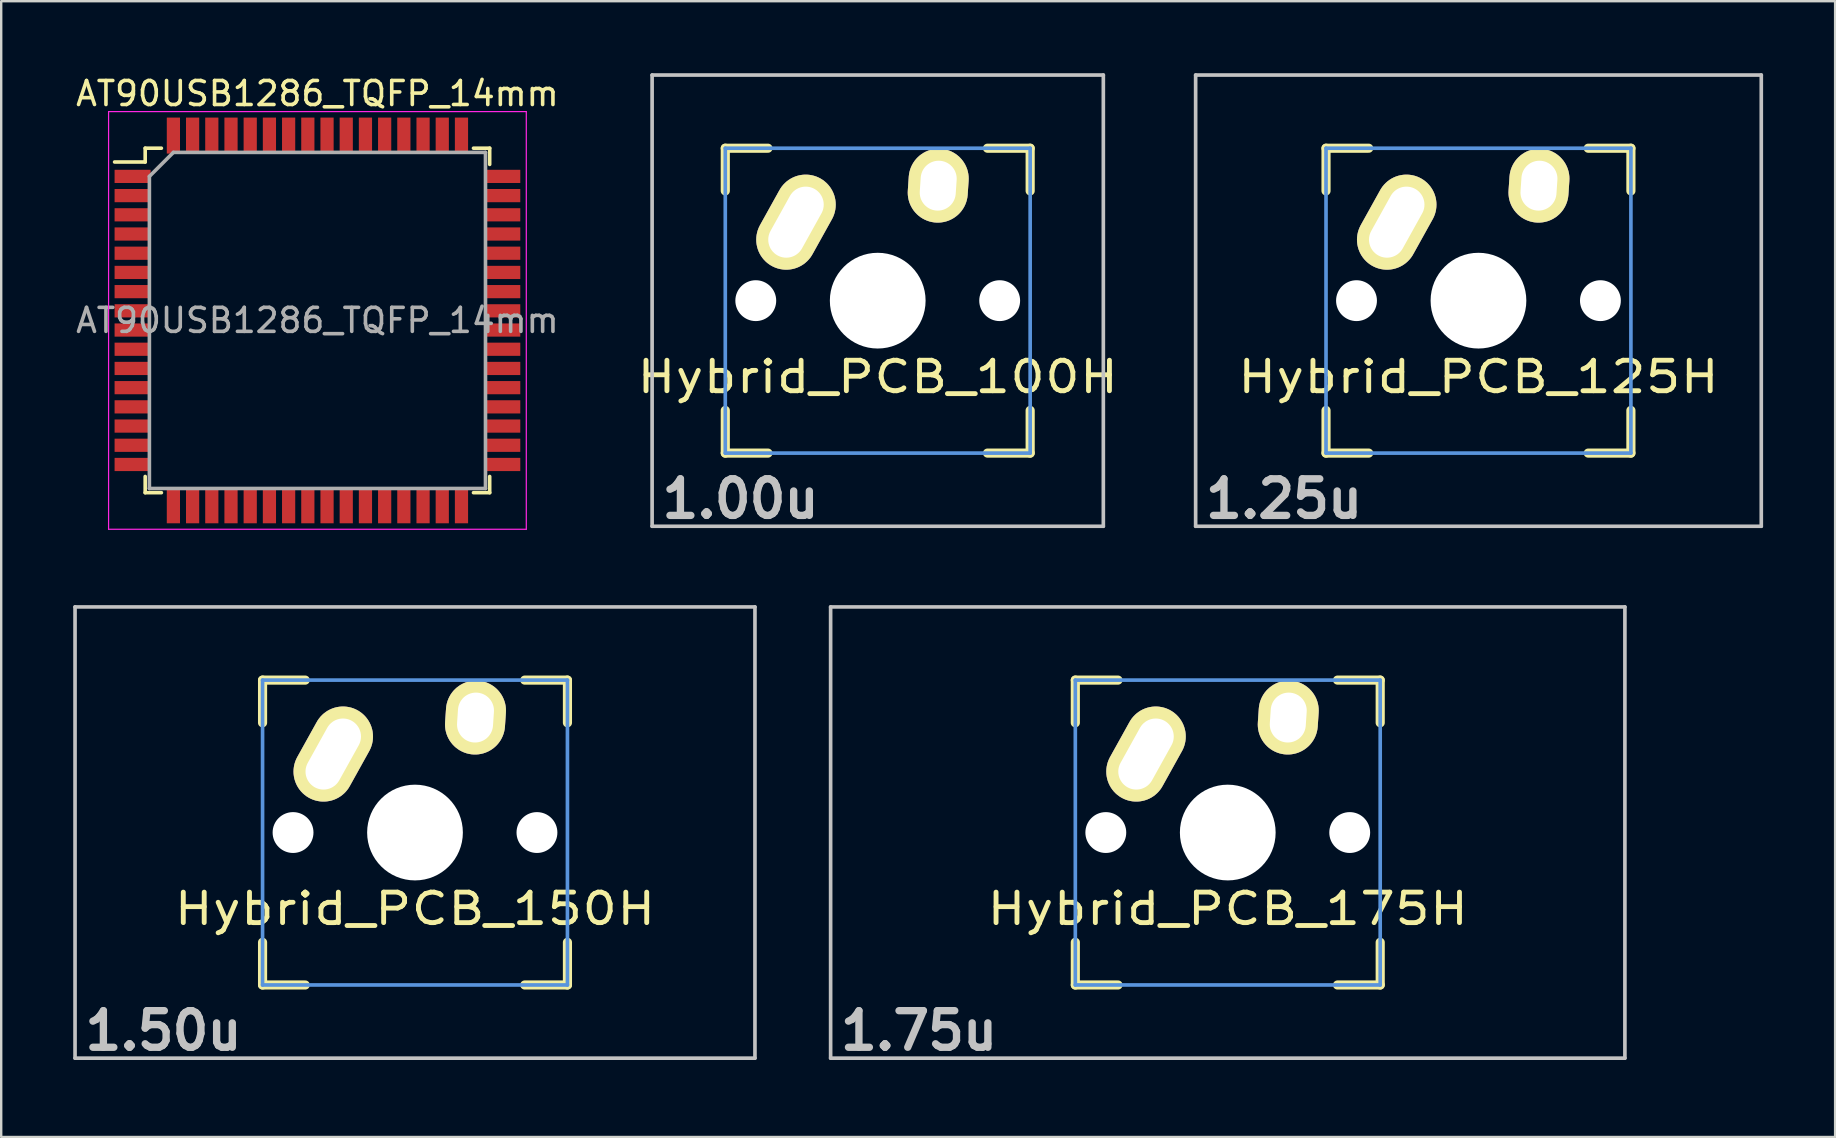
<source format=kicad_pcb>
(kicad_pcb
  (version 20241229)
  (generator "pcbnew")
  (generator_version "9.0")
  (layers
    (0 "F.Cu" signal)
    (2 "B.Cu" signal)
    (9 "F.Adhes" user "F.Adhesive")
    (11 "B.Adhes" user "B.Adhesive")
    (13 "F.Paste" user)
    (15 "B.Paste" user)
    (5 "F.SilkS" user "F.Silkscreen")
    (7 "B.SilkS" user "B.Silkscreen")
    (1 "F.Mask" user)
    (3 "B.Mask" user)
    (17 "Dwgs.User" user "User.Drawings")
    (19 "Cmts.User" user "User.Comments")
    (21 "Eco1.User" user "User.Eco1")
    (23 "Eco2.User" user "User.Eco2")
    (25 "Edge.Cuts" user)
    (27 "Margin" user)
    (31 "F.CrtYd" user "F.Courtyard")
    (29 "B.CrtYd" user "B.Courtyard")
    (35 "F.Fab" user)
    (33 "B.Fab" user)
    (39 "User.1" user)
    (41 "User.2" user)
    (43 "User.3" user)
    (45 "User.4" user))
  (footprint "Hybrid_PCB_100H"
    (layer "F.Cu")
    (at 33.512 9.474)
    (property "Reference" "Hybrid_PCB_100H" (at 0 3.175 0) (layer "F.SilkS") (effects (font (size 1.27 1.524) (thickness 0.203))))
    (attr through_hole)
    (fp_line (start -6.35 -6.35) (end -4.572 -6.35) (stroke (width 0.381) (type solid)) (layer "F.SilkS"))
    (fp_line (start -6.35 -4.572) (end -6.35 -6.35) (stroke (width 0.381) (type solid)) (layer "F.SilkS"))
    (fp_line (start -6.35 6.35) (end -6.35 4.572) (stroke (width 0.381) (type solid)) (layer "F.SilkS"))
    (fp_line (start -4.572 6.35) (end -6.35 6.35) (stroke (width 0.381) (type solid)) (layer "F.SilkS"))
    (fp_line (start 4.572 -6.35) (end 6.35 -6.35) (stroke (width 0.381) (type solid)) (layer "F.SilkS"))
    (fp_line (start 6.35 -6.35) (end 6.35 -4.572) (stroke (width 0.381) (type solid)) (layer "F.SilkS"))
    (fp_line (start 6.35 4.572) (end 6.35 6.35) (stroke (width 0.381) (type solid)) (layer "F.SilkS"))
    (fp_line (start 6.35 6.35) (end 4.572 6.35) (stroke (width 0.381) (type solid)) (layer "F.SilkS"))
    (fp_line (start -9.398 -9.398) (end 9.398 -9.398) (stroke (width 0.152) (type solid)) (layer "Dwgs.User"))
    (fp_line (start -9.398 9.398) (end -9.398 -9.398) (stroke (width 0.152) (type solid)) (layer "Dwgs.User"))
    (fp_line (start 9.398 -9.398) (end 9.398 9.398) (stroke (width 0.152) (type solid)) (layer "Dwgs.User"))
    (fp_line (start 9.398 9.398) (end -9.398 9.398) (stroke (width 0.152) (type solid)) (layer "Dwgs.User"))
    (fp_line (start -6.35 -6.35) (end 6.35 -6.35) (stroke (width 0.152) (type solid)) (layer "Cmts.User"))
    (fp_line (start -6.35 6.35) (end -6.35 -6.35) (stroke (width 0.152) (type solid)) (layer "Cmts.User"))
    (fp_line (start 6.35 -6.35) (end 6.35 6.35) (stroke (width 0.152) (type solid)) (layer "Cmts.User"))
    (fp_line (start 6.35 6.35) (end -6.35 6.35) (stroke (width 0.152) (type solid)) (layer "Cmts.User"))
    (fp_line (start -6.985 -6.985) (end 6.985 -6.985) (stroke (width 0.152) (type solid)) (layer "Eco2.User"))
    (fp_line (start -6.985 6.985) (end -6.985 -6.985) (stroke (width 0.152) (type solid)) (layer "Eco2.User"))
    (fp_line (start 6.985 -6.985) (end 6.985 6.985) (stroke (width 0.152) (type solid)) (layer "Eco2.User"))
    (fp_line (start 6.985 6.985) (end -6.985 6.985) (stroke (width 0.152) (type solid)) (layer "Eco2.User"))
    (fp_text user "1.00u" (at -5.715 8.255 0) (layer "Dwgs.User") (effects (font (size 1.524 1.524) (thickness 0.305))))
    (pad "" np_thru_hole circle (at -5.08 0) (size 1.702 1.702) (drill 1.702) (layers "*.Cu"))
    (pad "" np_thru_hole circle (at 0 0) (size 3.988 3.988) (drill 3.988) (layers "*.Cu"))
    (pad "" np_thru_hole circle (at 5.08 0) (size 1.702 1.702) (drill 1.702) (layers "*.Cu"))
    (pad "1" thru_hole oval (at -3.405 -3.27 330.95) (size 2.5 4.17) (drill oval 1.5 3.17) (layers "*.Cu" "*.Mask" "F.SilkS"))
    (pad "2" thru_hole oval (at 2.52 -4.79 356.1) (size 2.5 3.08) (drill oval 1.5 2.08) (layers "*.Cu" "*.Mask" "F.SilkS")))
  (footprint "Hybrid_PCB_150H"
    (layer "F.Cu")
    (at 14.237 31.63)
    (property "Reference" "Hybrid_PCB_150H" (at 0 3.175 0) (layer "F.SilkS") (effects (font (size 1.27 1.524) (thickness 0.203))))
    (attr through_hole)
    (fp_line (start -6.35 -6.35) (end -4.572 -6.35) (stroke (width 0.381) (type solid)) (layer "F.SilkS"))
    (fp_line (start -6.35 -4.572) (end -6.35 -6.35) (stroke (width 0.381) (type solid)) (layer "F.SilkS"))
    (fp_line (start -6.35 6.35) (end -6.35 4.572) (stroke (width 0.381) (type solid)) (layer "F.SilkS"))
    (fp_line (start -4.572 6.35) (end -6.35 6.35) (stroke (width 0.381) (type solid)) (layer "F.SilkS"))
    (fp_line (start 4.572 -6.35) (end 6.35 -6.35) (stroke (width 0.381) (type solid)) (layer "F.SilkS"))
    (fp_line (start 6.35 -6.35) (end 6.35 -4.572) (stroke (width 0.381) (type solid)) (layer "F.SilkS"))
    (fp_line (start 6.35 4.572) (end 6.35 6.35) (stroke (width 0.381) (type solid)) (layer "F.SilkS"))
    (fp_line (start 6.35 6.35) (end 4.572 6.35) (stroke (width 0.381) (type solid)) (layer "F.SilkS"))
    (fp_line (start -14.161 -9.398) (end 14.161 -9.398) (stroke (width 0.152) (type solid)) (layer "Dwgs.User"))
    (fp_line (start -14.161 9.398) (end -14.161 -9.398) (stroke (width 0.152) (type solid)) (layer "Dwgs.User"))
    (fp_line (start 14.161 -9.398) (end 14.161 9.398) (stroke (width 0.152) (type solid)) (layer "Dwgs.User"))
    (fp_line (start 14.161 9.398) (end -14.161 9.398) (stroke (width 0.152) (type solid)) (layer "Dwgs.User"))
    (fp_line (start -6.35 -6.35) (end 6.35 -6.35) (stroke (width 0.152) (type solid)) (layer "Cmts.User"))
    (fp_line (start -6.35 6.35) (end -6.35 -6.35) (stroke (width 0.152) (type solid)) (layer "Cmts.User"))
    (fp_line (start 6.35 -6.35) (end 6.35 6.35) (stroke (width 0.152) (type solid)) (layer "Cmts.User"))
    (fp_line (start 6.35 6.35) (end -6.35 6.35) (stroke (width 0.152) (type solid)) (layer "Cmts.User"))
    (fp_line (start -6.985 -6.985) (end 6.985 -6.985) (stroke (width 0.152) (type solid)) (layer "Eco2.User"))
    (fp_line (start -6.985 6.985) (end -6.985 -6.985) (stroke (width 0.152) (type solid)) (layer "Eco2.User"))
    (fp_line (start 6.985 -6.985) (end 6.985 6.985) (stroke (width 0.152) (type solid)) (layer "Eco2.User"))
    (fp_line (start 6.985 6.985) (end -6.985 6.985) (stroke (width 0.152) (type solid)) (layer "Eco2.User"))
    (fp_text user "1.50u" (at -10.477 8.255 0) (layer "Dwgs.User") (effects (font (size 1.524 1.524) (thickness 0.305))))
    (pad "" np_thru_hole circle (at -5.08 0) (size 1.702 1.702) (drill 1.702) (layers "*.Cu"))
    (pad "" np_thru_hole circle (at 0 0) (size 3.988 3.988) (drill 3.988) (layers "*.Cu"))
    (pad "" np_thru_hole circle (at 5.08 0) (size 1.702 1.702) (drill 1.702) (layers "*.Cu"))
    (pad "1" thru_hole oval (at -3.405 -3.27 330.95) (size 2.5 4.17) (drill oval 1.5 3.17) (layers "*.Cu" "*.Mask" "F.SilkS"))
    (pad "2" thru_hole oval (at 2.52 -4.79 356.1) (size 2.5 3.08) (drill oval 1.5 2.08) (layers "*.Cu" "*.Mask" "F.SilkS")))
  (footprint "AT90USB1286_TQFP_14mm"
    (layer "F.Cu")
    (at 10.173 10.298)
    (property "Reference" "AT90USB1286_TQFP_14mm" (at 0 -9.45 0) (layer "F.SilkS") (effects (font (size 1 1) (thickness 0.15))))
    (attr smd)
    (fp_line (start -7.175 -7.175) (end -7.175 -6.6) (stroke (width 0.15) (type solid)) (layer "F.SilkS"))
    (fp_line (start -7.175 -7.175) (end -6.5 -7.175) (stroke (width 0.15) (type solid)) (layer "F.SilkS"))
    (fp_line (start -7.175 -6.6) (end -8.45 -6.6) (stroke (width 0.15) (type solid)) (layer "F.SilkS"))
    (fp_line (start -7.175 7.175) (end -7.175 6.5) (stroke (width 0.15) (type solid)) (layer "F.SilkS"))
    (fp_line (start -7.175 7.175) (end -6.5 7.175) (stroke (width 0.15) (type solid)) (layer "F.SilkS"))
    (fp_line (start 7.175 -7.175) (end 6.5 -7.175) (stroke (width 0.15) (type solid)) (layer "F.SilkS"))
    (fp_line (start 7.175 -7.175) (end 7.175 -6.5) (stroke (width 0.15) (type solid)) (layer "F.SilkS"))
    (fp_line (start 7.175 7.175) (end 6.5 7.175) (stroke (width 0.15) (type solid)) (layer "F.SilkS"))
    (fp_line (start 7.175 7.175) (end 7.175 6.5) (stroke (width 0.15) (type solid)) (layer "F.SilkS"))
    (fp_line (start -8.7 -8.7) (end -8.7 8.7) (stroke (width 0.05) (type solid)) (layer "F.CrtYd"))
    (fp_line (start -8.7 -8.7) (end 8.7 -8.7) (stroke (width 0.05) (type solid)) (layer "F.CrtYd"))
    (fp_line (start -8.7 8.7) (end 8.7 8.7) (stroke (width 0.05) (type solid)) (layer "F.CrtYd"))
    (fp_line (start 8.7 -8.7) (end 8.7 8.7) (stroke (width 0.05) (type solid)) (layer "F.CrtYd"))
    (fp_line (start -7 -6) (end -6 -7) (stroke (width 0.15) (type solid)) (layer "F.Fab"))
    (fp_line (start -7 7) (end -7 -6) (stroke (width 0.15) (type solid)) (layer "F.Fab"))
    (fp_line (start -6 -7) (end 7 -7) (stroke (width 0.15) (type solid)) (layer "F.Fab"))
    (fp_line (start 7 -7) (end 7 7) (stroke (width 0.15) (type solid)) (layer "F.Fab"))
    (fp_line (start 7 7) (end -7 7) (stroke (width 0.15) (type solid)) (layer "F.Fab"))
    (fp_text user "${REFERENCE}" (at 0 0 0) (layer "F.Fab") (effects (font (size 1 1) (thickness 0.15))))
    (pad "1" smd rect (at -7.7 -6) (size 1.5 0.55) (layers "F.Cu" "F.Mask" "F.Paste"))
    (pad "2" smd rect (at -7.7 -5.2) (size 1.5 0.55) (layers "F.Cu" "F.Mask" "F.Paste"))
    (pad "3" smd rect (at -7.7 -4.4) (size 1.5 0.55) (layers "F.Cu" "F.Mask" "F.Paste"))
    (pad "4" smd rect (at -7.7 -3.6) (size 1.5 0.55) (layers "F.Cu" "F.Mask" "F.Paste"))
    (pad "5" smd rect (at -7.7 -2.8) (size 1.5 0.55) (layers "F.Cu" "F.Mask" "F.Paste"))
    (pad "6" smd rect (at -7.7 -2) (size 1.5 0.55) (layers "F.Cu" "F.Mask" "F.Paste"))
    (pad "7" smd rect (at -7.7 -1.2) (size 1.5 0.55) (layers "F.Cu" "F.Mask" "F.Paste"))
    (pad "8" smd rect (at -7.7 -0.4) (size 1.5 0.55) (layers "F.Cu" "F.Mask" "F.Paste"))
    (pad "9" smd rect (at -7.7 0.4) (size 1.5 0.55) (layers "F.Cu" "F.Mask" "F.Paste"))
    (pad "10" smd rect (at -7.7 1.2) (size 1.5 0.55) (layers "F.Cu" "F.Mask" "F.Paste"))
    (pad "11" smd rect (at -7.7 2) (size 1.5 0.55) (layers "F.Cu" "F.Mask" "F.Paste"))
    (pad "12" smd rect (at -7.7 2.8) (size 1.5 0.55) (layers "F.Cu" "F.Mask" "F.Paste"))
    (pad "13" smd rect (at -7.7 3.6) (size 1.5 0.55) (layers "F.Cu" "F.Mask" "F.Paste"))
    (pad "14" smd rect (at -7.7 4.4) (size 1.5 0.55) (layers "F.Cu" "F.Mask" "F.Paste"))
    (pad "15" smd rect (at -7.7 5.2) (size 1.5 0.55) (layers "F.Cu" "F.Mask" "F.Paste"))
    (pad "16" smd rect (at -7.7 6) (size 1.5 0.55) (layers "F.Cu" "F.Mask" "F.Paste"))
    (pad "17" smd rect (at -6 7.7 90) (size 1.5 0.55) (layers "F.Cu" "F.Mask" "F.Paste"))
    (pad "18" smd rect (at -5.2 7.7 90) (size 1.5 0.55) (layers "F.Cu" "F.Mask" "F.Paste"))
    (pad "19" smd rect (at -4.4 7.7 90) (size 1.5 0.55) (layers "F.Cu" "F.Mask" "F.Paste"))
    (pad "20" smd rect (at -3.6 7.7 90) (size 1.5 0.55) (layers "F.Cu" "F.Mask" "F.Paste"))
    (pad "21" smd rect (at -2.8 7.7 90) (size 1.5 0.55) (layers "F.Cu" "F.Mask" "F.Paste"))
    (pad "22" smd rect (at -2 7.7 90) (size 1.5 0.55) (layers "F.Cu" "F.Mask" "F.Paste"))
    (pad "23" smd rect (at -1.2 7.7 90) (size 1.5 0.55) (layers "F.Cu" "F.Mask" "F.Paste"))
    (pad "24" smd rect (at -0.4 7.7 90) (size 1.5 0.55) (layers "F.Cu" "F.Mask" "F.Paste"))
    (pad "25" smd rect (at 0.4 7.7 90) (size 1.5 0.55) (layers "F.Cu" "F.Mask" "F.Paste"))
    (pad "26" smd rect (at 1.2 7.7 90) (size 1.5 0.55) (layers "F.Cu" "F.Mask" "F.Paste"))
    (pad "27" smd rect (at 2 7.7 90) (size 1.5 0.55) (layers "F.Cu" "F.Mask" "F.Paste"))
    (pad "28" smd rect (at 2.8 7.7 90) (size 1.5 0.55) (layers "F.Cu" "F.Mask" "F.Paste"))
    (pad "29" smd rect (at 3.6 7.7 90) (size 1.5 0.55) (layers "F.Cu" "F.Mask" "F.Paste"))
    (pad "30" smd rect (at 4.4 7.7 90) (size 1.5 0.55) (layers "F.Cu" "F.Mask" "F.Paste"))
    (pad "31" smd rect (at 5.2 7.7 90) (size 1.5 0.55) (layers "F.Cu" "F.Mask" "F.Paste"))
    (pad "32" smd rect (at 6 7.7 90) (size 1.5 0.55) (layers "F.Cu" "F.Mask" "F.Paste"))
    (pad "33" smd rect (at 7.7 6) (size 1.5 0.55) (layers "F.Cu" "F.Mask" "F.Paste"))
    (pad "34" smd rect (at 7.7 5.2) (size 1.5 0.55) (layers "F.Cu" "F.Mask" "F.Paste"))
    (pad "35" smd rect (at 7.7 4.4) (size 1.5 0.55) (layers "F.Cu" "F.Mask" "F.Paste"))
    (pad "36" smd rect (at 7.7 3.6) (size 1.5 0.55) (layers "F.Cu" "F.Mask" "F.Paste"))
    (pad "37" smd rect (at 7.7 2.8) (size 1.5 0.55) (layers "F.Cu" "F.Mask" "F.Paste"))
    (pad "38" smd rect (at 7.7 2) (size 1.5 0.55) (layers "F.Cu" "F.Mask" "F.Paste"))
    (pad "39" smd rect (at 7.7 1.2) (size 1.5 0.55) (layers "F.Cu" "F.Mask" "F.Paste"))
    (pad "40" smd rect (at 7.7 0.4) (size 1.5 0.55) (layers "F.Cu" "F.Mask" "F.Paste"))
    (pad "41" smd rect (at 7.7 -0.4) (size 1.5 0.55) (layers "F.Cu" "F.Mask" "F.Paste"))
    (pad "42" smd rect (at 7.7 -1.2) (size 1.5 0.55) (layers "F.Cu" "F.Mask" "F.Paste"))
    (pad "43" smd rect (at 7.7 -2) (size 1.5 0.55) (layers "F.Cu" "F.Mask" "F.Paste"))
    (pad "44" smd rect (at 7.7 -2.8) (size 1.5 0.55) (layers "F.Cu" "F.Mask" "F.Paste"))
    (pad "45" smd rect (at 7.7 -3.6) (size 1.5 0.55) (layers "F.Cu" "F.Mask" "F.Paste"))
    (pad "46" smd rect (at 7.7 -4.4) (size 1.5 0.55) (layers "F.Cu" "F.Mask" "F.Paste"))
    (pad "47" smd rect (at 7.7 -5.2) (size 1.5 0.55) (layers "F.Cu" "F.Mask" "F.Paste"))
    (pad "48" smd rect (at 7.7 -6) (size 1.5 0.55) (layers "F.Cu" "F.Mask" "F.Paste"))
    (pad "49" smd rect (at 6 -7.7 90) (size 1.5 0.55) (layers "F.Cu" "F.Mask" "F.Paste"))
    (pad "50" smd rect (at 5.2 -7.7 90) (size 1.5 0.55) (layers "F.Cu" "F.Mask" "F.Paste"))
    (pad "51" smd rect (at 4.4 -7.7 90) (size 1.5 0.55) (layers "F.Cu" "F.Mask" "F.Paste"))
    (pad "52" smd rect (at 3.6 -7.7 90) (size 1.5 0.55) (layers "F.Cu" "F.Mask" "F.Paste"))
    (pad "53" smd rect (at 2.8 -7.7 90) (size 1.5 0.55) (layers "F.Cu" "F.Mask" "F.Paste"))
    (pad "54" smd rect (at 2 -7.7 90) (size 1.5 0.55) (layers "F.Cu" "F.Mask" "F.Paste"))
    (pad "55" smd rect (at 1.2 -7.7 90) (size 1.5 0.55) (layers "F.Cu" "F.Mask" "F.Paste"))
    (pad "56" smd rect (at 0.4 -7.7 90) (size 1.5 0.55) (layers "F.Cu" "F.Mask" "F.Paste"))
    (pad "57" smd rect (at -0.4 -7.7 90) (size 1.5 0.55) (layers "F.Cu" "F.Mask" "F.Paste"))
    (pad "58" smd rect (at -1.2 -7.7 90) (size 1.5 0.55) (layers "F.Cu" "F.Mask" "F.Paste"))
    (pad "59" smd rect (at -2 -7.7 90) (size 1.5 0.55) (layers "F.Cu" "F.Mask" "F.Paste"))
    (pad "60" smd rect (at -2.8 -7.7 90) (size 1.5 0.55) (layers "F.Cu" "F.Mask" "F.Paste"))
    (pad "61" smd rect (at -3.6 -7.7 90) (size 1.5 0.55) (layers "F.Cu" "F.Mask" "F.Paste"))
    (pad "62" smd rect (at -4.4 -7.7 90) (size 1.5 0.55) (layers "F.Cu" "F.Mask" "F.Paste"))
    (pad "63" smd rect (at -5.2 -7.7 90) (size 1.5 0.55) (layers "F.Cu" "F.Mask" "F.Paste"))
    (pad "64" smd rect (at -6 -7.7 90) (size 1.5 0.55) (layers "F.Cu" "F.Mask" "F.Paste")))
  (footprint "Hybrid_PCB_125H"
    (layer "F.Cu")
    (at 58.536 9.474)
    (property "Reference" "Hybrid_PCB_125H" (at 0 3.175 0) (layer "F.SilkS") (effects (font (size 1.27 1.524) (thickness 0.203))))
    (attr through_hole)
    (fp_line (start -6.35 -6.35) (end -4.572 -6.35) (stroke (width 0.381) (type solid)) (layer "F.SilkS"))
    (fp_line (start -6.35 -4.572) (end -6.35 -6.35) (stroke (width 0.381) (type solid)) (layer "F.SilkS"))
    (fp_line (start -6.35 6.35) (end -6.35 4.572) (stroke (width 0.381) (type solid)) (layer "F.SilkS"))
    (fp_line (start -4.572 6.35) (end -6.35 6.35) (stroke (width 0.381) (type solid)) (layer "F.SilkS"))
    (fp_line (start 4.572 -6.35) (end 6.35 -6.35) (stroke (width 0.381) (type solid)) (layer "F.SilkS"))
    (fp_line (start 6.35 -6.35) (end 6.35 -4.572) (stroke (width 0.381) (type solid)) (layer "F.SilkS"))
    (fp_line (start 6.35 4.572) (end 6.35 6.35) (stroke (width 0.381) (type solid)) (layer "F.SilkS"))
    (fp_line (start 6.35 6.35) (end 4.572 6.35) (stroke (width 0.381) (type solid)) (layer "F.SilkS"))
    (fp_line (start -11.781 -9.398) (end 11.781 -9.398) (stroke (width 0.152) (type solid)) (layer "Dwgs.User"))
    (fp_line (start -11.781 9.398) (end -11.781 -9.398) (stroke (width 0.152) (type solid)) (layer "Dwgs.User"))
    (fp_line (start 11.781 -9.398) (end 11.781 9.398) (stroke (width 0.152) (type solid)) (layer "Dwgs.User"))
    (fp_line (start 11.781 9.398) (end -11.781 9.398) (stroke (width 0.152) (type solid)) (layer "Dwgs.User"))
    (fp_line (start -6.35 -6.35) (end 6.35 -6.35) (stroke (width 0.152) (type solid)) (layer "Cmts.User"))
    (fp_line (start -6.35 6.35) (end -6.35 -6.35) (stroke (width 0.152) (type solid)) (layer "Cmts.User"))
    (fp_line (start 6.35 -6.35) (end 6.35 6.35) (stroke (width 0.152) (type solid)) (layer "Cmts.User"))
    (fp_line (start 6.35 6.35) (end -6.35 6.35) (stroke (width 0.152) (type solid)) (layer "Cmts.User"))
    (fp_line (start -6.985 -6.985) (end 6.985 -6.985) (stroke (width 0.152) (type solid)) (layer "Eco2.User"))
    (fp_line (start -6.985 6.985) (end -6.985 -6.985) (stroke (width 0.152) (type solid)) (layer "Eco2.User"))
    (fp_line (start 6.985 -6.985) (end 6.985 6.985) (stroke (width 0.152) (type solid)) (layer "Eco2.User"))
    (fp_line (start 6.985 6.985) (end -6.985 6.985) (stroke (width 0.152) (type solid)) (layer "Eco2.User"))
    (fp_text user "1.25u" (at -8.098 8.255 0) (layer "Dwgs.User") (effects (font (size 1.524 1.524) (thickness 0.305))))
    (pad "" np_thru_hole circle (at -5.08 0) (size 1.702 1.702) (drill 1.702) (layers "*.Cu"))
    (pad "" np_thru_hole circle (at 0 0) (size 3.988 3.988) (drill 3.988) (layers "*.Cu"))
    (pad "" np_thru_hole circle (at 5.08 0) (size 1.702 1.702) (drill 1.702) (layers "*.Cu"))
    (pad "1" thru_hole oval (at -3.405 -3.27 330.95) (size 2.5 4.17) (drill oval 1.5 3.17) (layers "*.Cu" "*.Mask" "F.SilkS"))
    (pad "2" thru_hole oval (at 2.52 -4.79 356.1) (size 2.5 3.08) (drill oval 1.5 2.08) (layers "*.Cu" "*.Mask" "F.SilkS")))
  (footprint "Hybrid_PCB_175H"
    (layer "F.Cu")
    (at 48.093 31.63)
    (property "Reference" "Hybrid_PCB_175H" (at 0 3.175 0) (layer "F.SilkS") (effects (font (size 1.27 1.524) (thickness 0.203))))
    (attr through_hole)
    (fp_line (start -6.35 -6.35) (end -4.572 -6.35) (stroke (width 0.381) (type solid)) (layer "F.SilkS"))
    (fp_line (start -6.35 -4.572) (end -6.35 -6.35) (stroke (width 0.381) (type solid)) (layer "F.SilkS"))
    (fp_line (start -6.35 6.35) (end -6.35 4.572) (stroke (width 0.381) (type solid)) (layer "F.SilkS"))
    (fp_line (start -4.572 6.35) (end -6.35 6.35) (stroke (width 0.381) (type solid)) (layer "F.SilkS"))
    (fp_line (start 4.572 -6.35) (end 6.35 -6.35) (stroke (width 0.381) (type solid)) (layer "F.SilkS"))
    (fp_line (start 6.35 -6.35) (end 6.35 -4.572) (stroke (width 0.381) (type solid)) (layer "F.SilkS"))
    (fp_line (start 6.35 4.572) (end 6.35 6.35) (stroke (width 0.381) (type solid)) (layer "F.SilkS"))
    (fp_line (start 6.35 6.35) (end 4.572 6.35) (stroke (width 0.381) (type solid)) (layer "F.SilkS"))
    (fp_line (start -16.543 -9.398) (end 16.543 -9.398) (stroke (width 0.152) (type solid)) (layer "Dwgs.User"))
    (fp_line (start -16.543 9.398) (end -16.543 -9.398) (stroke (width 0.152) (type solid)) (layer "Dwgs.User"))
    (fp_line (start 16.543 -9.398) (end 16.543 9.398) (stroke (width 0.152) (type solid)) (layer "Dwgs.User"))
    (fp_line (start 16.543 9.398) (end -16.543 9.398) (stroke (width 0.152) (type solid)) (layer "Dwgs.User"))
    (fp_line (start -6.35 -6.35) (end 6.35 -6.35) (stroke (width 0.152) (type solid)) (layer "Cmts.User"))
    (fp_line (start -6.35 6.35) (end -6.35 -6.35) (stroke (width 0.152) (type solid)) (layer "Cmts.User"))
    (fp_line (start 6.35 -6.35) (end 6.35 6.35) (stroke (width 0.152) (type solid)) (layer "Cmts.User"))
    (fp_line (start 6.35 6.35) (end -6.35 6.35) (stroke (width 0.152) (type solid)) (layer "Cmts.User"))
    (fp_line (start -6.985 -6.985) (end 6.985 -6.985) (stroke (width 0.152) (type solid)) (layer "Eco2.User"))
    (fp_line (start -6.985 6.985) (end -6.985 -6.985) (stroke (width 0.152) (type solid)) (layer "Eco2.User"))
    (fp_line (start 6.985 -6.985) (end 6.985 6.985) (stroke (width 0.152) (type solid)) (layer "Eco2.User"))
    (fp_line (start 6.985 6.985) (end -6.985 6.985) (stroke (width 0.152) (type solid)) (layer "Eco2.User"))
    (fp_text user "1.75u" (at -12.86 8.255 0) (layer "Dwgs.User") (effects (font (size 1.524 1.524) (thickness 0.305))))
    (pad "" np_thru_hole circle (at -5.08 0) (size 1.702 1.702) (drill 1.702) (layers "*.Cu"))
    (pad "" np_thru_hole circle (at 0 0) (size 3.988 3.988) (drill 3.988) (layers "*.Cu"))
    (pad "" np_thru_hole circle (at 5.08 0) (size 1.702 1.702) (drill 1.702) (layers "*.Cu"))
    (pad "1" thru_hole oval (at -3.405 -3.27 330.95) (size 2.5 4.17) (drill oval 1.5 3.17) (layers "*.Cu" "*.Mask" "F.SilkS"))
    (pad "2" thru_hole oval (at 2.52 -4.79 356.1) (size 2.5 3.08) (drill oval 1.5 2.08) (layers "*.Cu" "*.Mask" "F.SilkS")))
  (gr_rect
    (start -3 -3)
    (end 73.393 44.311)
    (stroke (width 0.1) (type default))
    (fill no)
    (layer "Edge.Cuts")))
</source>
